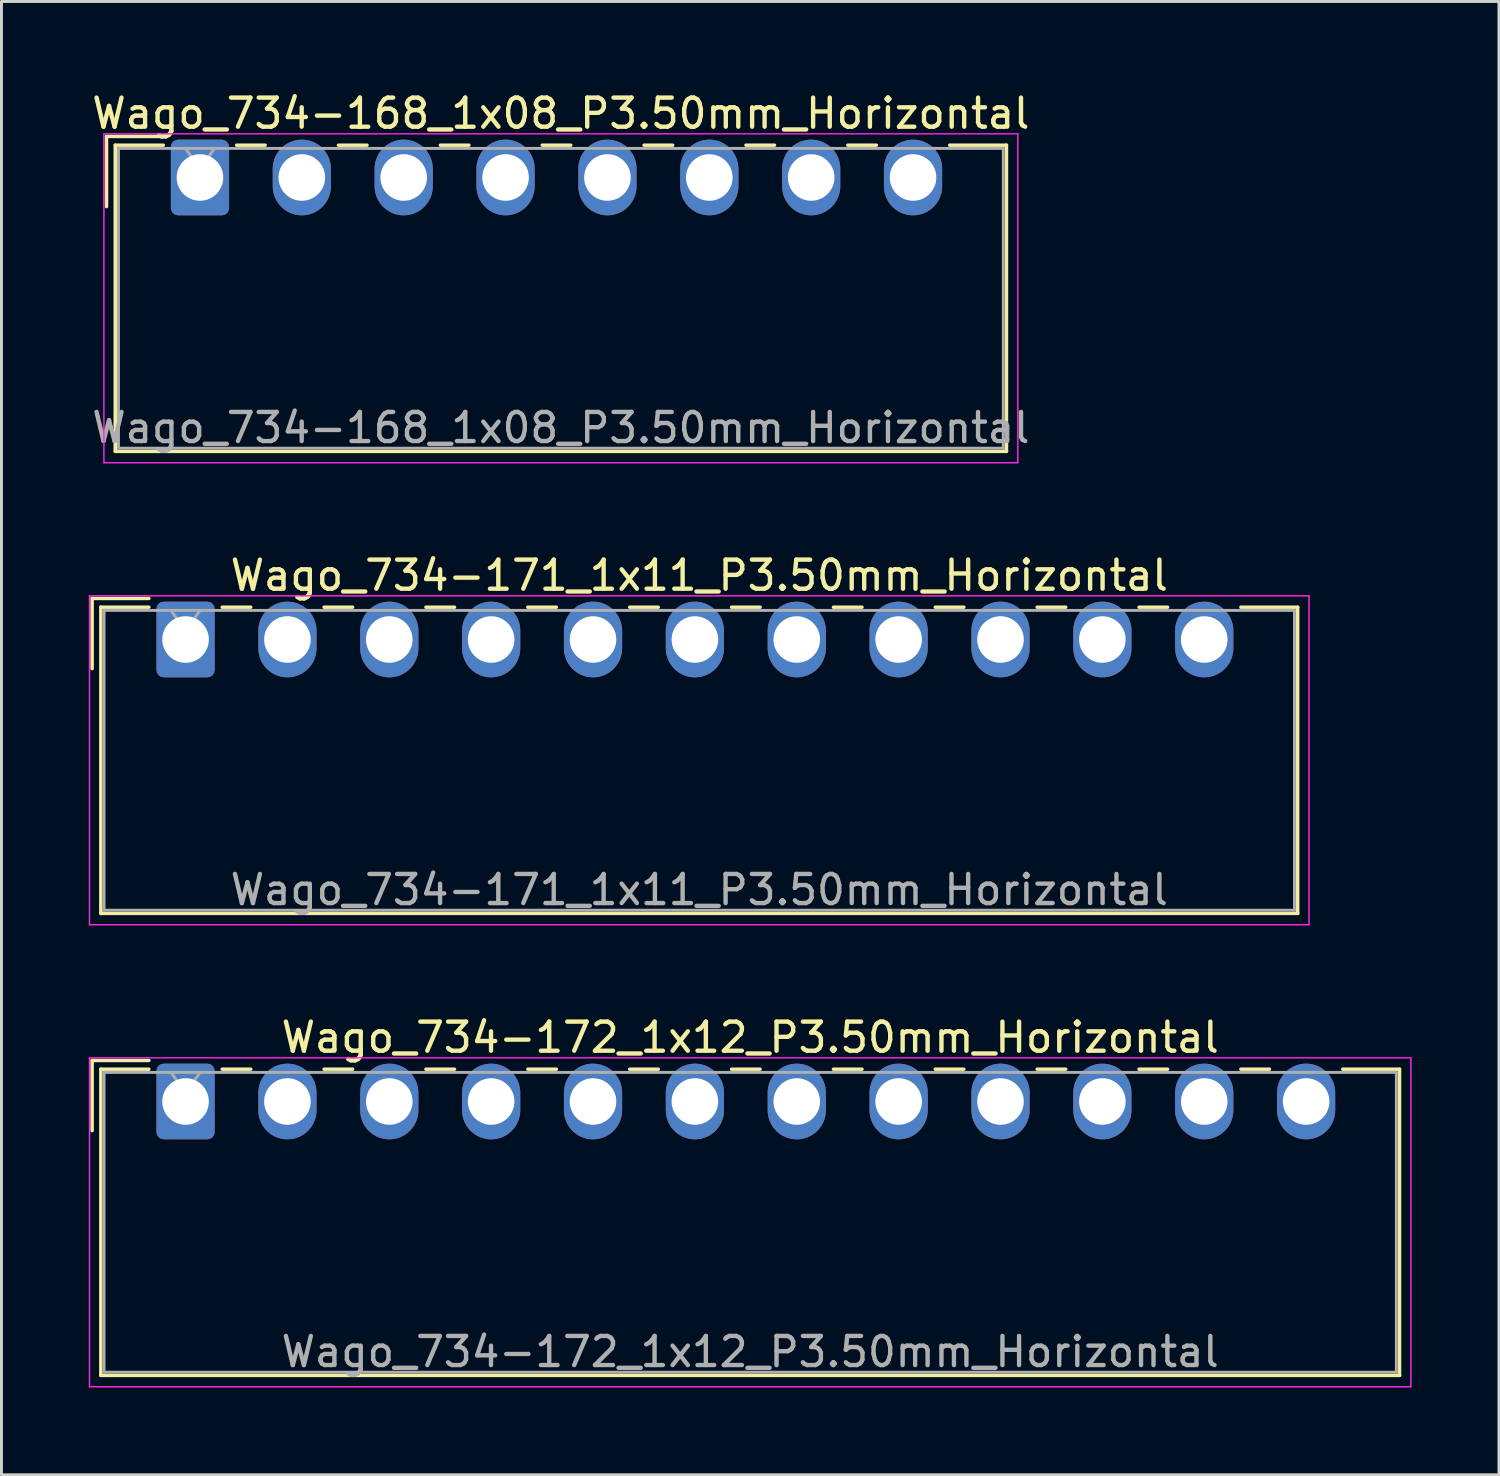
<source format=kicad_pcb>
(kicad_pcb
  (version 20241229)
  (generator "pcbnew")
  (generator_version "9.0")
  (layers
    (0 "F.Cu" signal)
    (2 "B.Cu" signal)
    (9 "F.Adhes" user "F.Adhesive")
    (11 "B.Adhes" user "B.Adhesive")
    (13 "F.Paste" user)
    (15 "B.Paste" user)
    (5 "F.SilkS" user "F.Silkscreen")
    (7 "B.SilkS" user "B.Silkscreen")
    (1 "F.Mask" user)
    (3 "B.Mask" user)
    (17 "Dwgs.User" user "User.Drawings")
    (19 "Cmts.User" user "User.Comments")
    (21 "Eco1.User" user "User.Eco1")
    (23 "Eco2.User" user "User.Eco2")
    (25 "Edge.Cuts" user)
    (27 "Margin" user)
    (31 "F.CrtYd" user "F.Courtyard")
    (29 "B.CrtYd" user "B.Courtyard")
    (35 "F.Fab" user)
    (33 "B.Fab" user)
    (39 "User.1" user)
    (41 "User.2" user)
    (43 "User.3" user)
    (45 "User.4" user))
  (footprint "Wago_734-172_1x12_P3.50mm_Horizontal"
    (layer "F.Cu")
    (at 3.325 34.795)
    (property "Reference" "Wago_734-172_1x12_P3.50mm_Horizontal" (at 19.4 -2.2 0) (layer "F.SilkS") (effects (font (size 1 1) (thickness 0.15))))
    (attr through_hole)
    (fp_line (start -3.21 -1.41) (end -1.26 -1.41) (stroke (width 0.12) (type solid)) (layer "F.SilkS"))
    (fp_line (start -3.21 1) (end -3.21 -1.41) (stroke (width 0.12) (type solid)) (layer "F.SilkS"))
    (fp_line (start -2.91 -1.11) (end -2.91 9.41) (stroke (width 0.12) (type solid)) (layer "F.SilkS"))
    (fp_line (start -2.91 9.41) (end 41.71 9.41) (stroke (width 0.12) (type solid)) (layer "F.SilkS"))
    (fp_line (start -1.26 -1.11) (end -2.91 -1.11) (stroke (width 0.12) (type solid)) (layer "F.SilkS"))
    (fp_line (start 1.26 -1.11) (end 2.24 -1.11) (stroke (width 0.12) (type solid)) (layer "F.SilkS"))
    (fp_line (start 4.76 -1.11) (end 5.74 -1.11) (stroke (width 0.12) (type solid)) (layer "F.SilkS"))
    (fp_line (start 8.26 -1.11) (end 9.24 -1.11) (stroke (width 0.12) (type solid)) (layer "F.SilkS"))
    (fp_line (start 11.76 -1.11) (end 12.74 -1.11) (stroke (width 0.12) (type solid)) (layer "F.SilkS"))
    (fp_line (start 15.26 -1.11) (end 16.24 -1.11) (stroke (width 0.12) (type solid)) (layer "F.SilkS"))
    (fp_line (start 18.76 -1.11) (end 19.74 -1.11) (stroke (width 0.12) (type solid)) (layer "F.SilkS"))
    (fp_line (start 22.26 -1.11) (end 23.24 -1.11) (stroke (width 0.12) (type solid)) (layer "F.SilkS"))
    (fp_line (start 25.76 -1.11) (end 26.74 -1.11) (stroke (width 0.12) (type solid)) (layer "F.SilkS"))
    (fp_line (start 29.26 -1.11) (end 30.24 -1.11) (stroke (width 0.12) (type solid)) (layer "F.SilkS"))
    (fp_line (start 32.76 -1.11) (end 33.74 -1.11) (stroke (width 0.12) (type solid)) (layer "F.SilkS"))
    (fp_line (start 36.26 -1.11) (end 37.24 -1.11) (stroke (width 0.12) (type solid)) (layer "F.SilkS"))
    (fp_line (start 41.71 -1.11) (end 39.76 -1.11) (stroke (width 0.12) (type solid)) (layer "F.SilkS"))
    (fp_line (start 41.71 9.41) (end 41.71 -1.11) (stroke (width 0.12) (type solid)) (layer "F.SilkS"))
    (fp_line (start -3.3 -1.5) (end -3.3 9.8) (stroke (width 0.05) (type solid)) (layer "F.CrtYd"))
    (fp_line (start -3.3 9.8) (end 42.1 9.8) (stroke (width 0.05) (type solid)) (layer "F.CrtYd"))
    (fp_line (start 42.1 -1.5) (end -3.3 -1.5) (stroke (width 0.05) (type solid)) (layer "F.CrtYd"))
    (fp_line (start 42.1 9.8) (end 42.1 -1.5) (stroke (width 0.05) (type solid)) (layer "F.CrtYd"))
    (fp_line (start -2.8 -1) (end -2.8 9.3) (stroke (width 0.1) (type solid)) (layer "F.Fab"))
    (fp_line (start -2.8 9.3) (end 41.6 9.3) (stroke (width 0.1) (type solid)) (layer "F.Fab"))
    (fp_line (start -0.5 -1) (end 0 -0.293) (stroke (width 0.1) (type solid)) (layer "F.Fab"))
    (fp_line (start 0 -0.293) (end 0.5 -1) (stroke (width 0.1) (type solid)) (layer "F.Fab"))
    (fp_line (start 41.6 -1) (end -2.8 -1) (stroke (width 0.1) (type solid)) (layer "F.Fab"))
    (fp_line (start 41.6 9.3) (end 41.6 -1) (stroke (width 0.1) (type solid)) (layer "F.Fab"))
    (fp_text user "${REFERENCE}" (at 19.4 8.6 0) (layer "F.Fab") (effects (font (size 1 1) (thickness 0.15))))
    (pad "1" thru_hole roundrect (at 0 0) (size 2 2.6) (drill 1.6) (layers "*.Cu" "*.Mask") (roundrect_rratio 0.125))
    (pad "2" thru_hole oval (at 3.5 0) (size 2 2.6) (drill 1.6) (layers "*.Cu" "*.Mask"))
    (pad "3" thru_hole oval (at 7 0) (size 2 2.6) (drill 1.6) (layers "*.Cu" "*.Mask"))
    (pad "4" thru_hole oval (at 10.5 0) (size 2 2.6) (drill 1.6) (layers "*.Cu" "*.Mask"))
    (pad "5" thru_hole oval (at 14 0) (size 2 2.6) (drill 1.6) (layers "*.Cu" "*.Mask"))
    (pad "6" thru_hole oval (at 17.5 0) (size 2 2.6) (drill 1.6) (layers "*.Cu" "*.Mask"))
    (pad "7" thru_hole oval (at 21 0) (size 2 2.6) (drill 1.6) (layers "*.Cu" "*.Mask"))
    (pad "8" thru_hole oval (at 24.5 0) (size 2 2.6) (drill 1.6) (layers "*.Cu" "*.Mask"))
    (pad "9" thru_hole oval (at 28 0) (size 2 2.6) (drill 1.6) (layers "*.Cu" "*.Mask"))
    (pad "10" thru_hole oval (at 31.5 0) (size 2 2.6) (drill 1.6) (layers "*.Cu" "*.Mask"))
    (pad "11" thru_hole oval (at 35 0) (size 2 2.6) (drill 1.6) (layers "*.Cu" "*.Mask"))
    (pad "12" thru_hole oval (at 38.5 0) (size 2 2.6) (drill 1.6) (layers "*.Cu" "*.Mask")))
  (footprint "Wago_734-168_1x08_P3.50mm_Horizontal"
    (layer "F.Cu")
    (at 3.82 3.048)
    (property "Reference" "Wago_734-168_1x08_P3.50mm_Horizontal" (at 12.4 -2.2 0) (layer "F.SilkS") (effects (font (size 1 1) (thickness 0.15))))
    (attr through_hole)
    (fp_line (start -3.21 -1.41) (end -1.26 -1.41) (stroke (width 0.12) (type solid)) (layer "F.SilkS"))
    (fp_line (start -3.21 1) (end -3.21 -1.41) (stroke (width 0.12) (type solid)) (layer "F.SilkS"))
    (fp_line (start -2.91 -1.11) (end -2.91 9.41) (stroke (width 0.12) (type solid)) (layer "F.SilkS"))
    (fp_line (start -2.91 9.41) (end 27.71 9.41) (stroke (width 0.12) (type solid)) (layer "F.SilkS"))
    (fp_line (start -1.26 -1.11) (end -2.91 -1.11) (stroke (width 0.12) (type solid)) (layer "F.SilkS"))
    (fp_line (start 1.26 -1.11) (end 2.24 -1.11) (stroke (width 0.12) (type solid)) (layer "F.SilkS"))
    (fp_line (start 4.76 -1.11) (end 5.74 -1.11) (stroke (width 0.12) (type solid)) (layer "F.SilkS"))
    (fp_line (start 8.26 -1.11) (end 9.24 -1.11) (stroke (width 0.12) (type solid)) (layer "F.SilkS"))
    (fp_line (start 11.76 -1.11) (end 12.74 -1.11) (stroke (width 0.12) (type solid)) (layer "F.SilkS"))
    (fp_line (start 15.26 -1.11) (end 16.24 -1.11) (stroke (width 0.12) (type solid)) (layer "F.SilkS"))
    (fp_line (start 18.76 -1.11) (end 19.74 -1.11) (stroke (width 0.12) (type solid)) (layer "F.SilkS"))
    (fp_line (start 22.26 -1.11) (end 23.24 -1.11) (stroke (width 0.12) (type solid)) (layer "F.SilkS"))
    (fp_line (start 27.71 -1.11) (end 25.76 -1.11) (stroke (width 0.12) (type solid)) (layer "F.SilkS"))
    (fp_line (start 27.71 9.41) (end 27.71 -1.11) (stroke (width 0.12) (type solid)) (layer "F.SilkS"))
    (fp_line (start -3.3 -1.5) (end -3.3 9.8) (stroke (width 0.05) (type solid)) (layer "F.CrtYd"))
    (fp_line (start -3.3 9.8) (end 28.1 9.8) (stroke (width 0.05) (type solid)) (layer "F.CrtYd"))
    (fp_line (start 28.1 -1.5) (end -3.3 -1.5) (stroke (width 0.05) (type solid)) (layer "F.CrtYd"))
    (fp_line (start 28.1 9.8) (end 28.1 -1.5) (stroke (width 0.05) (type solid)) (layer "F.CrtYd"))
    (fp_line (start -2.8 -1) (end -2.8 9.3) (stroke (width 0.1) (type solid)) (layer "F.Fab"))
    (fp_line (start -2.8 9.3) (end 27.6 9.3) (stroke (width 0.1) (type solid)) (layer "F.Fab"))
    (fp_line (start -0.5 -1) (end 0 -0.293) (stroke (width 0.1) (type solid)) (layer "F.Fab"))
    (fp_line (start 0 -0.293) (end 0.5 -1) (stroke (width 0.1) (type solid)) (layer "F.Fab"))
    (fp_line (start 27.6 -1) (end -2.8 -1) (stroke (width 0.1) (type solid)) (layer "F.Fab"))
    (fp_line (start 27.6 9.3) (end 27.6 -1) (stroke (width 0.1) (type solid)) (layer "F.Fab"))
    (fp_text user "${REFERENCE}" (at 12.4 8.6 0) (layer "F.Fab") (effects (font (size 1 1) (thickness 0.15))))
    (pad "1" thru_hole roundrect (at 0 0) (size 2 2.6) (drill 1.6) (layers "*.Cu" "*.Mask") (roundrect_rratio 0.125))
    (pad "2" thru_hole oval (at 3.5 0) (size 2 2.6) (drill 1.6) (layers "*.Cu" "*.Mask"))
    (pad "3" thru_hole oval (at 7 0) (size 2 2.6) (drill 1.6) (layers "*.Cu" "*.Mask"))
    (pad "4" thru_hole oval (at 10.5 0) (size 2 2.6) (drill 1.6) (layers "*.Cu" "*.Mask"))
    (pad "5" thru_hole oval (at 14 0) (size 2 2.6) (drill 1.6) (layers "*.Cu" "*.Mask"))
    (pad "6" thru_hole oval (at 17.5 0) (size 2 2.6) (drill 1.6) (layers "*.Cu" "*.Mask"))
    (pad "7" thru_hole oval (at 21 0) (size 2 2.6) (drill 1.6) (layers "*.Cu" "*.Mask"))
    (pad "8" thru_hole oval (at 24.5 0) (size 2 2.6) (drill 1.6) (layers "*.Cu" "*.Mask")))
  (footprint "Wago_734-171_1x11_P3.50mm_Horizontal"
    (layer "F.Cu")
    (at 3.325 18.922)
    (property "Reference" "Wago_734-171_1x11_P3.50mm_Horizontal" (at 17.65 -2.2 0) (layer "F.SilkS") (effects (font (size 1 1) (thickness 0.15))))
    (attr through_hole)
    (fp_line (start -3.21 -1.41) (end -1.26 -1.41) (stroke (width 0.12) (type solid)) (layer "F.SilkS"))
    (fp_line (start -3.21 1) (end -3.21 -1.41) (stroke (width 0.12) (type solid)) (layer "F.SilkS"))
    (fp_line (start -2.91 -1.11) (end -2.91 9.41) (stroke (width 0.12) (type solid)) (layer "F.SilkS"))
    (fp_line (start -2.91 9.41) (end 38.21 9.41) (stroke (width 0.12) (type solid)) (layer "F.SilkS"))
    (fp_line (start -1.26 -1.11) (end -2.91 -1.11) (stroke (width 0.12) (type solid)) (layer "F.SilkS"))
    (fp_line (start 1.26 -1.11) (end 2.24 -1.11) (stroke (width 0.12) (type solid)) (layer "F.SilkS"))
    (fp_line (start 4.76 -1.11) (end 5.74 -1.11) (stroke (width 0.12) (type solid)) (layer "F.SilkS"))
    (fp_line (start 8.26 -1.11) (end 9.24 -1.11) (stroke (width 0.12) (type solid)) (layer "F.SilkS"))
    (fp_line (start 11.76 -1.11) (end 12.74 -1.11) (stroke (width 0.12) (type solid)) (layer "F.SilkS"))
    (fp_line (start 15.26 -1.11) (end 16.24 -1.11) (stroke (width 0.12) (type solid)) (layer "F.SilkS"))
    (fp_line (start 18.76 -1.11) (end 19.74 -1.11) (stroke (width 0.12) (type solid)) (layer "F.SilkS"))
    (fp_line (start 22.26 -1.11) (end 23.24 -1.11) (stroke (width 0.12) (type solid)) (layer "F.SilkS"))
    (fp_line (start 25.76 -1.11) (end 26.74 -1.11) (stroke (width 0.12) (type solid)) (layer "F.SilkS"))
    (fp_line (start 29.26 -1.11) (end 30.24 -1.11) (stroke (width 0.12) (type solid)) (layer "F.SilkS"))
    (fp_line (start 32.76 -1.11) (end 33.74 -1.11) (stroke (width 0.12) (type solid)) (layer "F.SilkS"))
    (fp_line (start 38.21 -1.11) (end 36.26 -1.11) (stroke (width 0.12) (type solid)) (layer "F.SilkS"))
    (fp_line (start 38.21 9.41) (end 38.21 -1.11) (stroke (width 0.12) (type solid)) (layer "F.SilkS"))
    (fp_line (start -3.3 -1.5) (end -3.3 9.8) (stroke (width 0.05) (type solid)) (layer "F.CrtYd"))
    (fp_line (start -3.3 9.8) (end 38.6 9.8) (stroke (width 0.05) (type solid)) (layer "F.CrtYd"))
    (fp_line (start 38.6 -1.5) (end -3.3 -1.5) (stroke (width 0.05) (type solid)) (layer "F.CrtYd"))
    (fp_line (start 38.6 9.8) (end 38.6 -1.5) (stroke (width 0.05) (type solid)) (layer "F.CrtYd"))
    (fp_line (start -2.8 -1) (end -2.8 9.3) (stroke (width 0.1) (type solid)) (layer "F.Fab"))
    (fp_line (start -2.8 9.3) (end 38.1 9.3) (stroke (width 0.1) (type solid)) (layer "F.Fab"))
    (fp_line (start -0.5 -1) (end 0 -0.293) (stroke (width 0.1) (type solid)) (layer "F.Fab"))
    (fp_line (start 0 -0.293) (end 0.5 -1) (stroke (width 0.1) (type solid)) (layer "F.Fab"))
    (fp_line (start 38.1 -1) (end -2.8 -1) (stroke (width 0.1) (type solid)) (layer "F.Fab"))
    (fp_line (start 38.1 9.3) (end 38.1 -1) (stroke (width 0.1) (type solid)) (layer "F.Fab"))
    (fp_text user "${REFERENCE}" (at 17.65 8.6 0) (layer "F.Fab") (effects (font (size 1 1) (thickness 0.15))))
    (pad "1" thru_hole roundrect (at 0 0) (size 2 2.6) (drill 1.6) (layers "*.Cu" "*.Mask") (roundrect_rratio 0.125))
    (pad "2" thru_hole oval (at 3.5 0) (size 2 2.6) (drill 1.6) (layers "*.Cu" "*.Mask"))
    (pad "3" thru_hole oval (at 7 0) (size 2 2.6) (drill 1.6) (layers "*.Cu" "*.Mask"))
    (pad "4" thru_hole oval (at 10.5 0) (size 2 2.6) (drill 1.6) (layers "*.Cu" "*.Mask"))
    (pad "5" thru_hole oval (at 14 0) (size 2 2.6) (drill 1.6) (layers "*.Cu" "*.Mask"))
    (pad "6" thru_hole oval (at 17.5 0) (size 2 2.6) (drill 1.6) (layers "*.Cu" "*.Mask"))
    (pad "7" thru_hole oval (at 21 0) (size 2 2.6) (drill 1.6) (layers "*.Cu" "*.Mask"))
    (pad "8" thru_hole oval (at 24.5 0) (size 2 2.6) (drill 1.6) (layers "*.Cu" "*.Mask"))
    (pad "9" thru_hole oval (at 28 0) (size 2 2.6) (drill 1.6) (layers "*.Cu" "*.Mask"))
    (pad "10" thru_hole oval (at 31.5 0) (size 2 2.6) (drill 1.6) (layers "*.Cu" "*.Mask"))
    (pad "11" thru_hole oval (at 35 0) (size 2 2.6) (drill 1.6) (layers "*.Cu" "*.Mask")))
  (gr_rect
    (start -3 -3)
    (end 48.45 47.62)
    (stroke (width 0.1) (type default))
    (fill no)
    (layer "Edge.Cuts")))
</source>
